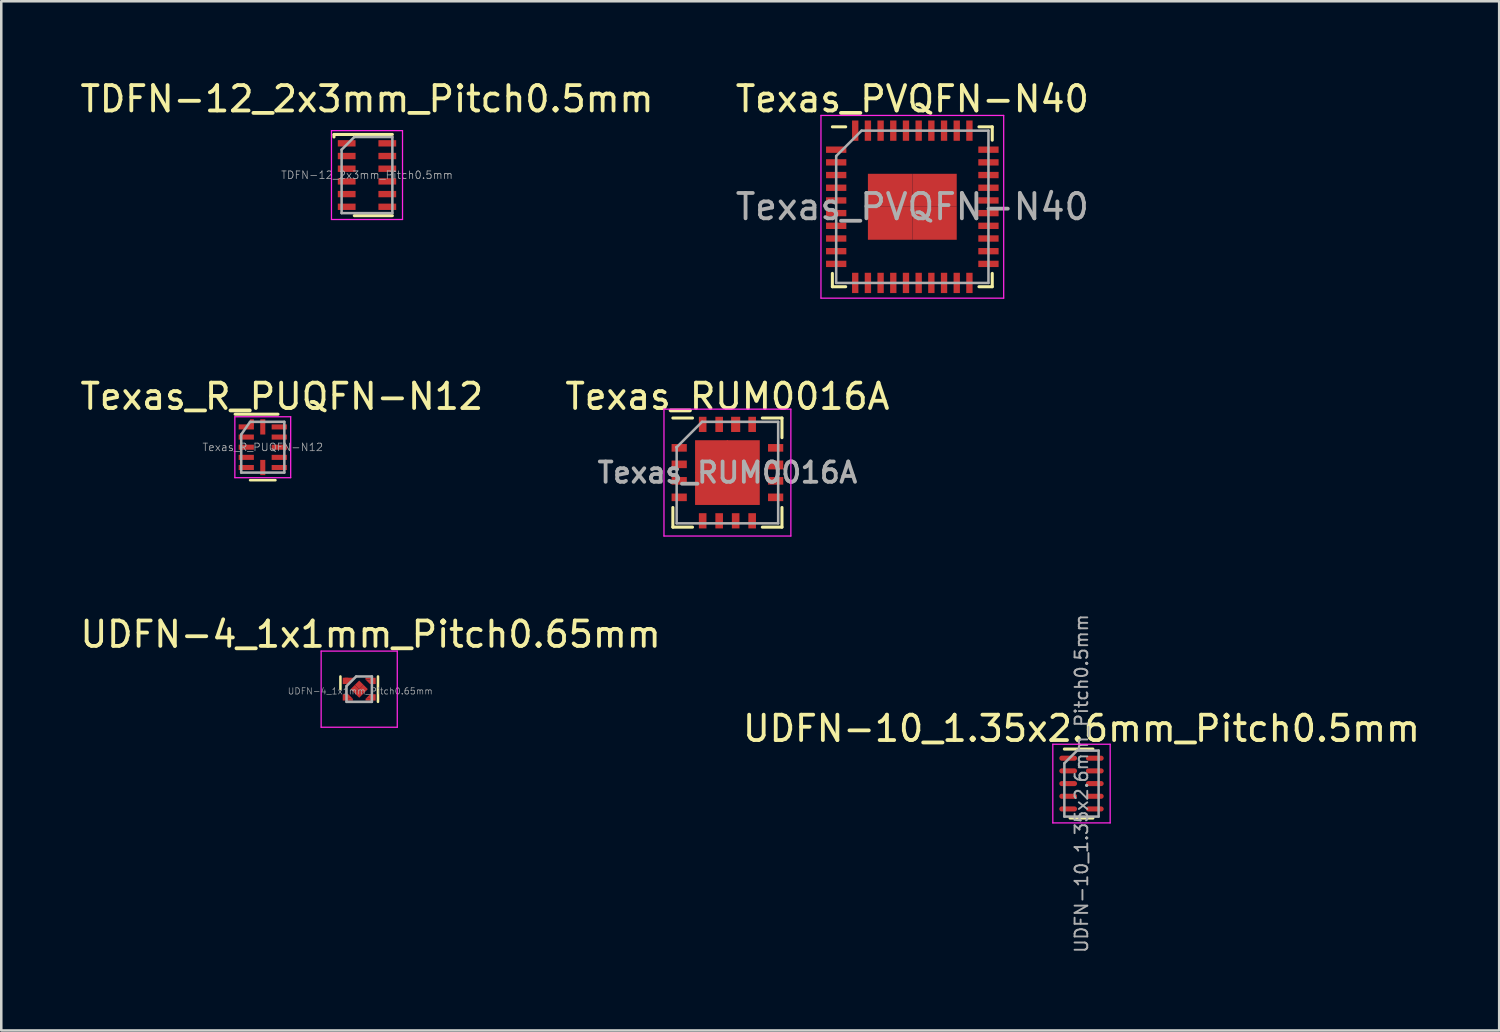
<source format=kicad_pcb>
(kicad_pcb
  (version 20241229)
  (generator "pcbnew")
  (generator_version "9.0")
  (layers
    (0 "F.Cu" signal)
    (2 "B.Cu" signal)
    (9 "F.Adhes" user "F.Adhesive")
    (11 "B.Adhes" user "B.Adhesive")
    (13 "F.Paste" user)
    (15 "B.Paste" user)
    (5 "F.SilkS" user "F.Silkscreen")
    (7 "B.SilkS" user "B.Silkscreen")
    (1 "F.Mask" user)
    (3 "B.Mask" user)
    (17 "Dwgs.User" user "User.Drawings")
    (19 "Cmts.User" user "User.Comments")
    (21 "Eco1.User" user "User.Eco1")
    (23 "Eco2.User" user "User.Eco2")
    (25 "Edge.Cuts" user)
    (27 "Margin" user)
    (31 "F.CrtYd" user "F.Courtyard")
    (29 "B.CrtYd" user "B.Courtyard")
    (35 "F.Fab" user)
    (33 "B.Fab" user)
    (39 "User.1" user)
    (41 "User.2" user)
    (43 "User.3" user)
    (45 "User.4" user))
  (footprint "Texas_PVQFN-N40"
    (layer "F.Cu")
    (at 32.899 5.098)
    (property "Reference" "Texas_PVQFN-N40" (at 0 -4.25 0) (layer "F.SilkS") (effects (font (size 1 1) (thickness 0.15))))
    (attr smd)
    (fp_line (start -3.15 -3.15) (end -2.625 -3.15) (stroke (width 0.12) (type solid)) (layer "F.SilkS"))
    (fp_line (start -3.15 3.15) (end -3.15 2.625) (stroke (width 0.12) (type solid)) (layer "F.SilkS"))
    (fp_line (start -3.15 3.15) (end -2.625 3.15) (stroke (width 0.12) (type solid)) (layer "F.SilkS"))
    (fp_line (start 3.15 -3.15) (end 2.625 -3.15) (stroke (width 0.12) (type solid)) (layer "F.SilkS"))
    (fp_line (start 3.15 -3.15) (end 3.15 -2.625) (stroke (width 0.12) (type solid)) (layer "F.SilkS"))
    (fp_line (start 3.15 3.15) (end 2.625 3.15) (stroke (width 0.12) (type solid)) (layer "F.SilkS"))
    (fp_line (start 3.15 3.15) (end 3.15 2.625) (stroke (width 0.12) (type solid)) (layer "F.SilkS"))
    (fp_line (start -3.6 -3.6) (end -3.6 3.6) (stroke (width 0.05) (type solid)) (layer "F.CrtYd"))
    (fp_line (start -3.6 -3.6) (end 3.6 -3.6) (stroke (width 0.05) (type solid)) (layer "F.CrtYd"))
    (fp_line (start -3.6 3.6) (end 3.6 3.6) (stroke (width 0.05) (type solid)) (layer "F.CrtYd"))
    (fp_line (start 3.6 -3.6) (end 3.6 3.6) (stroke (width 0.05) (type solid)) (layer "F.CrtYd"))
    (fp_line (start -3 3) (end -3 -2) (stroke (width 0.1) (type solid)) (layer "F.Fab"))
    (fp_line (start -2 -3) (end -3 -2) (stroke (width 0.1) (type solid)) (layer "F.Fab"))
    (fp_line (start -2 -3) (end 3 -3) (stroke (width 0.1) (type solid)) (layer "F.Fab"))
    (fp_line (start 3 -3) (end 3 3) (stroke (width 0.1) (type solid)) (layer "F.Fab"))
    (fp_line (start 3 3) (end -3 3) (stroke (width 0.1) (type solid)) (layer "F.Fab"))
    (fp_text user "${REFERENCE}" (at 0 0 0) (layer "F.Fab") (effects (font (size 1 1) (thickness 0.15))))
    (pad "1" smd rect (at -3 -2.25) (size 0.8 0.25) (layers "F.Cu" "F.Mask" "F.Paste"))
    (pad "2" smd rect (at -3 -1.75) (size 0.8 0.25) (layers "F.Cu" "F.Mask" "F.Paste"))
    (pad "3" smd rect (at -3 -1.25) (size 0.8 0.25) (layers "F.Cu" "F.Mask" "F.Paste"))
    (pad "4" smd rect (at -3 -0.75) (size 0.8 0.25) (layers "F.Cu" "F.Mask" "F.Paste"))
    (pad "5" smd rect (at -3 -0.25) (size 0.8 0.25) (layers "F.Cu" "F.Mask" "F.Paste"))
    (pad "6" smd rect (at -3 0.25) (size 0.8 0.25) (layers "F.Cu" "F.Mask" "F.Paste"))
    (pad "7" smd rect (at -3 0.75) (size 0.8 0.25) (layers "F.Cu" "F.Mask" "F.Paste"))
    (pad "8" smd rect (at -3 1.25) (size 0.8 0.25) (layers "F.Cu" "F.Mask" "F.Paste"))
    (pad "9" smd rect (at -3 1.75) (size 0.8 0.25) (layers "F.Cu" "F.Mask" "F.Paste"))
    (pad "10" smd rect (at -3 2.25) (size 0.8 0.25) (layers "F.Cu" "F.Mask" "F.Paste"))
    (pad "11" smd rect (at -2.25 3 90) (size 0.8 0.25) (layers "F.Cu" "F.Mask" "F.Paste"))
    (pad "12" smd rect (at -1.75 3 90) (size 0.8 0.25) (layers "F.Cu" "F.Mask" "F.Paste"))
    (pad "13" smd rect (at -1.25 3 90) (size 0.8 0.25) (layers "F.Cu" "F.Mask" "F.Paste"))
    (pad "14" smd rect (at -0.75 3 90) (size 0.8 0.25) (layers "F.Cu" "F.Mask" "F.Paste"))
    (pad "15" smd rect (at -0.25 3 90) (size 0.8 0.25) (layers "F.Cu" "F.Mask" "F.Paste"))
    (pad "16" smd rect (at 0.25 3 90) (size 0.8 0.25) (layers "F.Cu" "F.Mask" "F.Paste"))
    (pad "17" smd rect (at 0.75 3 90) (size 0.8 0.25) (layers "F.Cu" "F.Mask" "F.Paste"))
    (pad "18" smd rect (at 1.25 3 90) (size 0.8 0.25) (layers "F.Cu" "F.Mask" "F.Paste"))
    (pad "19" smd rect (at 1.75 3 90) (size 0.8 0.25) (layers "F.Cu" "F.Mask" "F.Paste"))
    (pad "20" smd rect (at 2.25 3 90) (size 0.8 0.25) (layers "F.Cu" "F.Mask" "F.Paste"))
    (pad "21" smd rect (at 3 2.25) (size 0.8 0.25) (layers "F.Cu" "F.Mask" "F.Paste"))
    (pad "22" smd rect (at 3 1.75) (size 0.8 0.25) (layers "F.Cu" "F.Mask" "F.Paste"))
    (pad "23" smd rect (at 3 1.25) (size 0.8 0.25) (layers "F.Cu" "F.Mask" "F.Paste"))
    (pad "24" smd rect (at 3 0.75) (size 0.8 0.25) (layers "F.Cu" "F.Mask" "F.Paste"))
    (pad "25" smd rect (at 3 0.25) (size 0.8 0.25) (layers "F.Cu" "F.Mask" "F.Paste"))
    (pad "26" smd rect (at 3 -0.25) (size 0.8 0.25) (layers "F.Cu" "F.Mask" "F.Paste"))
    (pad "27" smd rect (at 3 -0.75) (size 0.8 0.25) (layers "F.Cu" "F.Mask" "F.Paste"))
    (pad "28" smd rect (at 3 -1.25) (size 0.8 0.25) (layers "F.Cu" "F.Mask" "F.Paste"))
    (pad "29" smd rect (at 3 -1.75) (size 0.8 0.25) (layers "F.Cu" "F.Mask" "F.Paste"))
    (pad "30" smd rect (at 3 -2.25) (size 0.8 0.25) (layers "F.Cu" "F.Mask" "F.Paste"))
    (pad "31" smd rect (at 2.25 -3 90) (size 0.8 0.25) (layers "F.Cu" "F.Mask" "F.Paste"))
    (pad "32" smd rect (at 1.75 -3 90) (size 0.8 0.25) (layers "F.Cu" "F.Mask" "F.Paste"))
    (pad "33" smd rect (at 1.25 -3 90) (size 0.8 0.25) (layers "F.Cu" "F.Mask" "F.Paste"))
    (pad "34" smd rect (at 0.75 -3 90) (size 0.8 0.25) (layers "F.Cu" "F.Mask" "F.Paste"))
    (pad "35" smd rect (at 0.25 -3 90) (size 0.8 0.25) (layers "F.Cu" "F.Mask" "F.Paste"))
    (pad "36" smd rect (at -0.25 -3 90) (size 0.8 0.25) (layers "F.Cu" "F.Mask" "F.Paste"))
    (pad "37" smd rect (at -0.75 -3 90) (size 0.8 0.25) (layers "F.Cu" "F.Mask" "F.Paste"))
    (pad "38" smd rect (at -1.25 -3 90) (size 0.8 0.25) (layers "F.Cu" "F.Mask" "F.Paste"))
    (pad "39" smd rect (at -1.75 -3 90) (size 0.8 0.25) (layers "F.Cu" "F.Mask" "F.Paste"))
    (pad "40" smd rect (at -2.25 -3 90) (size 0.8 0.25) (layers "F.Cu" "F.Mask" "F.Paste"))
    (pad "41" smd rect (at -0.875 -0.65 90) (size 1.3 1.75) (layers "F.Cu" "F.Mask" "F.Paste"))
    (pad "41" smd rect (at -0.875 0.65 90) (size 1.3 1.75) (layers "F.Cu" "F.Mask" "F.Paste"))
    (pad "41" smd rect (at 0.875 -0.65 90) (size 1.3 1.75) (layers "F.Cu" "F.Mask" "F.Paste"))
    (pad "41" smd rect (at 0.875 0.65 90) (size 1.3 1.75) (layers "F.Cu" "F.Mask" "F.Paste")))
  (footprint "TDFN-12_2x3mm_Pitch0.5mm"
    (layer "F.Cu")
    (at 11.411 3.848)
    (property "Reference" "TDFN-12_2x3mm_Pitch0.5mm" (at 0 -3 0) (layer "F.SilkS") (effects (font (size 1 1) (thickness 0.15))))
    (attr smd)
    (fp_line (start -1.3 -1.6) (end -1.3 -1.5) (stroke (width 0.12) (type solid)) (layer "F.SilkS"))
    (fp_line (start 1 -1.6) (end -1.3 -1.6) (stroke (width 0.12) (type solid)) (layer "F.SilkS"))
    (fp_line (start 1 1.6) (end -0.5 1.6) (stroke (width 0.12) (type solid)) (layer "F.SilkS"))
    (fp_line (start -1.4 -1.75) (end -1.4 1.75) (stroke (width 0.05) (type solid)) (layer "F.CrtYd"))
    (fp_line (start -1.4 1.75) (end 1.4 1.75) (stroke (width 0.05) (type solid)) (layer "F.CrtYd"))
    (fp_line (start 1.4 -1.75) (end -1.4 -1.75) (stroke (width 0.05) (type solid)) (layer "F.CrtYd"))
    (fp_line (start 1.4 1.75) (end 1.4 -1.75) (stroke (width 0.05) (type solid)) (layer "F.CrtYd"))
    (fp_line (start -1 1.5) (end -1 -1) (stroke (width 0.1) (type solid)) (layer "F.Fab"))
    (fp_line (start -0.5 -1.5) (end -1 -1) (stroke (width 0.1) (type solid)) (layer "F.Fab"))
    (fp_line (start -0.5 -1.5) (end 1 -1.5) (stroke (width 0.1) (type solid)) (layer "F.Fab"))
    (fp_line (start 1 -1.5) (end 1 1.5) (stroke (width 0.1) (type solid)) (layer "F.Fab"))
    (fp_line (start 1 1.5) (end -1 1.5) (stroke (width 0.1) (type solid)) (layer "F.Fab"))
    (fp_text user "${REFERENCE}" (at 0 0 0) (layer "F.Fab") (effects (font (size 0.3 0.3) (thickness 0.03))))
    (pad "1" smd rect (at -0.8 -1.25) (size 0.7 0.25) (layers "F.Cu" "F.Mask" "F.Paste"))
    (pad "2" smd rect (at -0.8 -0.75) (size 0.7 0.25) (layers "F.Cu" "F.Mask" "F.Paste"))
    (pad "3" smd rect (at -0.8 -0.25) (size 0.7 0.25) (layers "F.Cu" "F.Mask" "F.Paste"))
    (pad "4" smd rect (at -0.8 0.25) (size 0.7 0.25) (layers "F.Cu" "F.Mask" "F.Paste"))
    (pad "5" smd rect (at -0.8 0.75) (size 0.7 0.25) (layers "F.Cu" "F.Mask" "F.Paste"))
    (pad "6" smd rect (at -0.8 1.25) (size 0.7 0.25) (layers "F.Cu" "F.Mask" "F.Paste"))
    (pad "7" smd rect (at 0.8 1.25) (size 0.7 0.25) (layers "F.Cu" "F.Mask" "F.Paste"))
    (pad "8" smd rect (at 0.8 0.75) (size 0.7 0.25) (layers "F.Cu" "F.Mask" "F.Paste"))
    (pad "9" smd rect (at 0.8 0.25) (size 0.7 0.25) (layers "F.Cu" "F.Mask" "F.Paste"))
    (pad "10" smd rect (at 0.8 -0.25) (size 0.7 0.25) (layers "F.Cu" "F.Mask" "F.Paste"))
    (pad "11" smd rect (at 0.8 -0.75) (size 0.7 0.25) (layers "F.Cu" "F.Mask" "F.Paste"))
    (pad "12" smd rect (at 0.8 -1.25) (size 0.7 0.25) (layers "F.Cu" "F.Mask" "F.Paste")))
  (footprint "UDFN-4_1x1mm_Pitch0.65mm"
    (layer "F.Cu")
    (at 11.104 24.105)
    (property "Reference" "UDFN-4_1x1mm_Pitch0.65mm" (at 0.45 -2.16 0) (layer "F.SilkS") (effects (font (size 1 1) (thickness 0.15))))
    (attr smd)
    (fp_line (start -0.74 -0.5) (end -0.74 0) (stroke (width 0.1) (type solid)) (layer "F.SilkS"))
    (fp_line (start 0.74 -0.5) (end 0.74 0.5) (stroke (width 0.1) (type solid)) (layer "F.SilkS"))
    (fp_line (start -1.5 -1.5) (end 1.5 -1.5) (stroke (width 0.05) (type solid)) (layer "F.CrtYd"))
    (fp_line (start -1.5 1.5) (end -1.5 -1.5) (stroke (width 0.05) (type solid)) (layer "F.CrtYd"))
    (fp_line (start 1.5 -1.5) (end 1.5 1.5) (stroke (width 0.05) (type solid)) (layer "F.CrtYd"))
    (fp_line (start 1.5 1.5) (end -1.5 1.5) (stroke (width 0.05) (type solid)) (layer "F.CrtYd"))
    (fp_line (start -0.5 0.5) (end -0.5 -0.12) (stroke (width 0.1) (type solid)) (layer "F.Fab"))
    (fp_line (start -0.12 -0.5) (end -0.5 -0.12) (stroke (width 0.1) (type solid)) (layer "F.Fab"))
    (fp_line (start -0.12 -0.5) (end 0.5 -0.5) (stroke (width 0.1) (type solid)) (layer "F.Fab"))
    (fp_line (start 0.5 -0.5) (end 0.5 0.5) (stroke (width 0.1) (type solid)) (layer "F.Fab"))
    (fp_line (start 0.5 0.5) (end -0.5 0.5) (stroke (width 0.1) (type solid)) (layer "F.Fab"))
    (fp_text user "${REFERENCE}" (at 0.04 0.08 0) (layer "F.Fab") (effects (font (size 0.25 0.25) (thickness 0.025))))
    (pad "1" smd rect (at -0.54 -0.325 270) (size 0.25 0.22) (layers "F.Cu" "F.Mask" "F.Paste"))
    (pad "1" smd trapezoid (at -0.43 -0.3 180) (size 0.2 0.2) (rect_delta 0 0.2) (layers "F.Cu" "F.Mask" "F.Paste"))
    (pad "1" smd trapezoid (at -0.38 -0.35 180) (size 0.2 0.2) (rect_delta 0 0.2) (layers "F.Cu" "F.Mask" "F.Paste"))
    (pad "2" smd rect (at -0.54 0.325 270) (size 0.25 0.22) (layers "F.Cu" "F.Mask" "F.Paste"))
    (pad "2" smd trapezoid (at -0.43 0.29 90) (size 0.18 0.18) (rect_delta 0.18 0) (layers "F.Cu" "F.Mask" "F.Paste"))
    (pad "2" smd rect (at -0.345 0.415 90) (size 0.07 0.19) (layers "F.Cu" "F.Mask" "F.Paste"))
    (pad "3" smd rect (at 0.345 0.415 90) (size 0.07 0.19) (layers "F.Cu" "F.Mask" "F.Paste"))
    (pad "3" smd trapezoid (at 0.43 0.29) (size 0.18 0.18) (rect_delta 0 0.18) (layers "F.Cu" "F.Mask" "F.Paste"))
    (pad "3" smd rect (at 0.54 0.325 270) (size 0.25 0.22) (layers "F.Cu" "F.Mask" "F.Paste"))
    (pad "4" smd rect (at 0.34 -0.415 90) (size 0.07 0.19) (layers "F.Cu" "F.Mask" "F.Paste"))
    (pad "4" smd trapezoid (at 0.425 -0.29 270) (size 0.18 0.18) (rect_delta 0.18 0) (layers "F.Cu" "F.Mask" "F.Paste"))
    (pad "4" smd rect (at 0.54 -0.325 270) (size 0.25 0.22) (layers "F.Cu" "F.Mask" "F.Paste"))
    (pad "5" smd rect (at -0.17 0 315) (size 0.24 0.24) (layers "F.Cu" "F.Mask" "F.Paste"))
    (pad "5" smd rect (at 0 -0.17 315) (size 0.24 0.24) (layers "F.Cu" "F.Mask" "F.Paste"))
    (pad "5" smd rect (at 0 0.17 315) (size 0.24 0.24) (layers "F.Cu" "F.Mask" "F.Paste"))
    (pad "5" smd rect (at 0.17 0 315) (size 0.24 0.24) (layers "F.Cu" "F.Mask" "F.Paste")))
  (footprint "Texas_RUM0016A"
    (layer "F.Cu")
    (at 25.613 15.572)
    (property "Reference" "Texas_RUM0016A" (at 0 -3 0) (layer "F.SilkS") (effects (font (size 1 1) (thickness 0.15))))
    (attr smd)
    (fp_line (start -2.15 -2.15) (end -1.375 -2.15) (stroke (width 0.12) (type solid)) (layer "F.SilkS"))
    (fp_line (start -2.15 2.15) (end -2.15 1.375) (stroke (width 0.12) (type solid)) (layer "F.SilkS"))
    (fp_line (start -2.15 2.15) (end -1.375 2.15) (stroke (width 0.12) (type solid)) (layer "F.SilkS"))
    (fp_line (start 2.15 -2.15) (end 1.375 -2.15) (stroke (width 0.12) (type solid)) (layer "F.SilkS"))
    (fp_line (start 2.15 -2.15) (end 2.15 -1.375) (stroke (width 0.12) (type solid)) (layer "F.SilkS"))
    (fp_line (start 2.15 2.15) (end 1.375 2.15) (stroke (width 0.12) (type solid)) (layer "F.SilkS"))
    (fp_line (start 2.15 2.15) (end 2.15 1.375) (stroke (width 0.12) (type solid)) (layer "F.SilkS"))
    (fp_line (start -2.5 -2.5) (end -2.5 2.5) (stroke (width 0.05) (type solid)) (layer "F.CrtYd"))
    (fp_line (start -2.5 -2.5) (end 2.5 -2.5) (stroke (width 0.05) (type solid)) (layer "F.CrtYd"))
    (fp_line (start -2.5 2.5) (end 2.5 2.5) (stroke (width 0.05) (type solid)) (layer "F.CrtYd"))
    (fp_line (start 2.5 -2.5) (end 2.5 2.5) (stroke (width 0.05) (type solid)) (layer "F.CrtYd"))
    (fp_line (start -2 -1) (end -2 -1) (stroke (width 0.12) (type solid)) (layer "F.Fab"))
    (fp_line (start -2 2) (end -2 -1) (stroke (width 0.1) (type solid)) (layer "F.Fab"))
    (fp_line (start -1 -2) (end -2 -1) (stroke (width 0.1) (type solid)) (layer "F.Fab"))
    (fp_line (start -1 -2) (end 2 -2) (stroke (width 0.1) (type solid)) (layer "F.Fab"))
    (fp_line (start 2 -2) (end 2 2) (stroke (width 0.1) (type solid)) (layer "F.Fab"))
    (fp_line (start 2 2) (end -2 2) (stroke (width 0.1) (type solid)) (layer "F.Fab"))
    (fp_text user "${REFERENCE}" (at 0 0 0) (layer "F.Fab") (effects (font (size 0.8 0.8) (thickness 0.15))))
    (pad "1" smd rect (at -1.9 -0.975) (size 0.6 0.3) (layers "F.Cu" "F.Mask" "F.Paste"))
    (pad "2" smd rect (at -1.9 -0.325) (size 0.6 0.3) (layers "F.Cu" "F.Mask" "F.Paste"))
    (pad "3" smd rect (at -1.9 0.325) (size 0.6 0.3) (layers "F.Cu" "F.Mask" "F.Paste"))
    (pad "4" smd rect (at -1.9 0.975) (size 0.6 0.3) (layers "F.Cu" "F.Mask" "F.Paste"))
    (pad "5" smd rect (at -0.975 1.9 90) (size 0.6 0.3) (layers "F.Cu" "F.Mask" "F.Paste"))
    (pad "6" smd rect (at -0.325 1.9 90) (size 0.6 0.3) (layers "F.Cu" "F.Mask" "F.Paste"))
    (pad "7" smd rect (at 0.325 1.9 90) (size 0.6 0.3) (layers "F.Cu" "F.Mask" "F.Paste"))
    (pad "8" smd rect (at 0.975 1.9 90) (size 0.6 0.3) (layers "F.Cu" "F.Mask" "F.Paste"))
    (pad "9" smd rect (at 1.9 0.975) (size 0.6 0.3) (layers "F.Cu" "F.Mask" "F.Paste"))
    (pad "10" smd rect (at 1.9 0.325) (size 0.6 0.3) (layers "F.Cu" "F.Mask" "F.Paste"))
    (pad "11" smd rect (at 1.9 -0.3) (size 0.6 0.35) (layers "F.Cu" "F.Mask" "F.Paste"))
    (pad "12" smd rect (at 1.9 -0.975) (size 0.6 0.3) (layers "F.Cu" "F.Mask" "F.Paste"))
    (pad "13" smd rect (at 0.975 -1.9 90) (size 0.6 0.3) (layers "F.Cu" "F.Mask" "F.Paste"))
    (pad "14" smd rect (at 0.325 -1.9 90) (size 0.6 0.36) (layers "F.Cu" "F.Mask" "F.Paste"))
    (pad "15" smd rect (at -0.325 -1.9 90) (size 0.6 0.3) (layers "F.Cu" "F.Mask" "F.Paste"))
    (pad "16" smd rect (at -0.975 -1.9 90) (size 0.6 0.3) (layers "F.Cu" "F.Mask" "F.Paste"))
    (pad "17" smd rect (at -0.625 -0.625) (size 1.3 1.3) (layers "F.Cu" "F.Mask" "F.Paste"))
    (pad "17" smd rect (at -0.625 0.625) (size 1.3 1.3) (layers "F.Cu" "F.Mask" "F.Paste"))
    (pad "17" smd rect (at 0.625 -0.625) (size 1.3 1.3) (layers "F.Cu" "F.Mask" "F.Paste"))
    (pad "17" smd rect (at 0.625 0.625) (size 1.3 1.3) (layers "F.Cu" "F.Mask" "F.Paste")))
  (footprint "UDFN-10_1.35x2.6mm_Pitch0.5mm"
    (layer "F.Cu")
    (at 39.565 27.826)
    (property "Reference" "UDFN-10_1.35x2.6mm_Pitch0.5mm" (at 0 -2.17 0) (layer "F.SilkS") (effects (font (size 1 1) (thickness 0.15))))
    (attr smd)
    (fp_line (start -0.675 -1.36) (end 0.45 -1.36) (stroke (width 0.12) (type solid)) (layer "F.SilkS"))
    (fp_line (start -0.45 1.36) (end 0.45 1.36) (stroke (width 0.12) (type solid)) (layer "F.SilkS"))
    (fp_line (start -1.13 -1.55) (end -1.13 1.55) (stroke (width 0.05) (type solid)) (layer "F.CrtYd"))
    (fp_line (start -1.13 -1.55) (end 1.13 -1.55) (stroke (width 0.05) (type solid)) (layer "F.CrtYd"))
    (fp_line (start -1.13 1.55) (end 1.13 1.55) (stroke (width 0.05) (type solid)) (layer "F.CrtYd"))
    (fp_line (start 1.13 -1.55) (end 1.13 1.55) (stroke (width 0.05) (type solid)) (layer "F.CrtYd"))
    (fp_line (start -0.675 -0.8) (end -0.175 -1.3) (stroke (width 0.1) (type solid)) (layer "F.Fab"))
    (fp_line (start -0.675 1.3) (end -0.675 -0.8) (stroke (width 0.1) (type solid)) (layer "F.Fab"))
    (fp_line (start -0.175 -1.3) (end 0.675 -1.3) (stroke (width 0.1) (type solid)) (layer "F.Fab"))
    (fp_line (start 0.675 -1.3) (end 0.675 1.3) (stroke (width 0.1) (type solid)) (layer "F.Fab"))
    (fp_line (start 0.675 1.3) (end -0.675 1.3) (stroke (width 0.1) (type solid)) (layer "F.Fab"))
    (fp_text user "${REFERENCE}" (at 0 0 90) (layer "F.Fab") (effects (font (size 0.5 0.5) (thickness 0.075))))
    (pad "1" smd oval (at -0.525 -1) (size 0.7 0.2) (layers "F.Cu" "F.Mask" "F.Paste"))
    (pad "2" smd oval (at -0.525 -0.5) (size 0.7 0.2) (layers "F.Cu" "F.Mask" "F.Paste"))
    (pad "3" smd oval (at -0.525 0) (size 0.7 0.2) (layers "F.Cu" "F.Mask" "F.Paste"))
    (pad "4" smd oval (at -0.525 0.5) (size 0.7 0.2) (layers "F.Cu" "F.Mask" "F.Paste"))
    (pad "5" smd oval (at -0.525 1) (size 0.7 0.2) (layers "F.Cu" "F.Mask" "F.Paste"))
    (pad "6" smd oval (at 0.525 1) (size 0.7 0.2) (layers "F.Cu" "F.Mask" "F.Paste"))
    (pad "7" smd oval (at 0.525 0.5) (size 0.7 0.2) (layers "F.Cu" "F.Mask" "F.Paste"))
    (pad "8" smd oval (at 0.525 0) (size 0.7 0.2) (layers "F.Cu" "F.Mask" "F.Paste"))
    (pad "9" smd oval (at 0.525 -0.5) (size 0.7 0.2) (layers "F.Cu" "F.Mask" "F.Paste"))
    (pad "10" smd oval (at 0.525 -1) (size 0.7 0.2) (layers "F.Cu" "F.Mask" "F.Paste")))
  (footprint "Texas_R_PUQFN-N12"
    (layer "F.Cu")
    (at 7.304 14.572)
    (property "Reference" "Texas_R_PUQFN-N12" (at 0.75 -2 0) (layer "F.SilkS") (effects (font (size 1 1) (thickness 0.15))))
    (attr smd)
    (fp_line (start 0.5 1.3) (end -0.5 1.3) (stroke (width 0.1) (type solid)) (layer "F.SilkS"))
    (fp_line (start 0.6 -1.3) (end -1.09 -1.3) (stroke (width 0.12) (type solid)) (layer "F.SilkS"))
    (fp_line (start -1.1 -1.2) (end 1.1 -1.2) (stroke (width 0.05) (type solid)) (layer "F.CrtYd"))
    (fp_line (start -1.1 1.2) (end -1.1 -1.2) (stroke (width 0.05) (type solid)) (layer "F.CrtYd"))
    (fp_line (start 1.1 -1.2) (end 1.1 1.2) (stroke (width 0.05) (type solid)) (layer "F.CrtYd"))
    (fp_line (start 1.1 1.2) (end -1.1 1.2) (stroke (width 0.05) (type solid)) (layer "F.CrtYd"))
    (fp_line (start -0.85 1) (end -0.85 -0.5) (stroke (width 0.1) (type solid)) (layer "F.Fab"))
    (fp_line (start -0.5 -1) (end -0.85 -0.5) (stroke (width 0.1) (type solid)) (layer "F.Fab"))
    (fp_line (start -0.5 -1) (end 0.85 -1) (stroke (width 0.1) (type solid)) (layer "F.Fab"))
    (fp_line (start 0.85 -1) (end 0.85 1) (stroke (width 0.1) (type solid)) (layer "F.Fab"))
    (fp_line (start 0.85 1) (end -0.85 1) (stroke (width 0.1) (type solid)) (layer "F.Fab"))
    (fp_text user "${REFERENCE}" (at 0 0 0) (layer "F.Fab") (effects (font (size 0.3 0.3) (thickness 0.03))))
    (pad "1" smd rect (at -0.65 -0.8 270) (size 0.2 0.6) (layers "F.Cu" "F.Mask" "F.Paste"))
    (pad "1" smd rect (at -0.425 -0.975) (size 0.15 0.25) (layers "F.Cu" "F.Mask" "F.Paste"))
    (pad "2" smd rect (at -0.65 -0.4 270) (size 0.2 0.6) (layers "F.Cu" "F.Mask" "F.Paste"))
    (pad "3" smd rect (at -0.65 0 270) (size 0.2 0.6) (layers "F.Cu" "F.Mask" "F.Paste"))
    (pad "4" smd rect (at -0.65 0.4 270) (size 0.2 0.6) (layers "F.Cu" "F.Mask" "F.Paste"))
    (pad "5" smd rect (at -0.65 0.8 270) (size 0.2 0.6) (layers "F.Cu" "F.Mask" "F.Paste"))
    (pad "6" smd rect (at 0 0.8 270) (size 0.6 0.2) (layers "F.Cu" "F.Mask" "F.Paste"))
    (pad "7" smd rect (at 0.65 0.8 270) (size 0.2 0.6) (layers "F.Cu" "F.Mask" "F.Paste"))
    (pad "8" smd rect (at 0.65 0.4 270) (size 0.2 0.6) (layers "F.Cu" "F.Mask" "F.Paste"))
    (pad "9" smd rect (at 0.65 0 270) (size 0.2 0.6) (layers "F.Cu" "F.Mask" "F.Paste"))
    (pad "10" smd rect (at 0.65 -0.4 270) (size 0.2 0.6) (layers "F.Cu" "F.Mask" "F.Paste"))
    (pad "11" smd rect (at 0.65 -0.8 270) (size 0.2 0.6) (layers "F.Cu" "F.Mask" "F.Paste"))
    (pad "12" smd rect (at 0 -0.8 270) (size 0.6 0.2) (layers "F.Cu" "F.Mask" "F.Paste")))
  (gr_rect
    (start -3 -3)
    (end 56.024 37.555)
    (stroke (width 0.1) (type default))
    (fill no)
    (layer "Edge.Cuts")))
</source>
